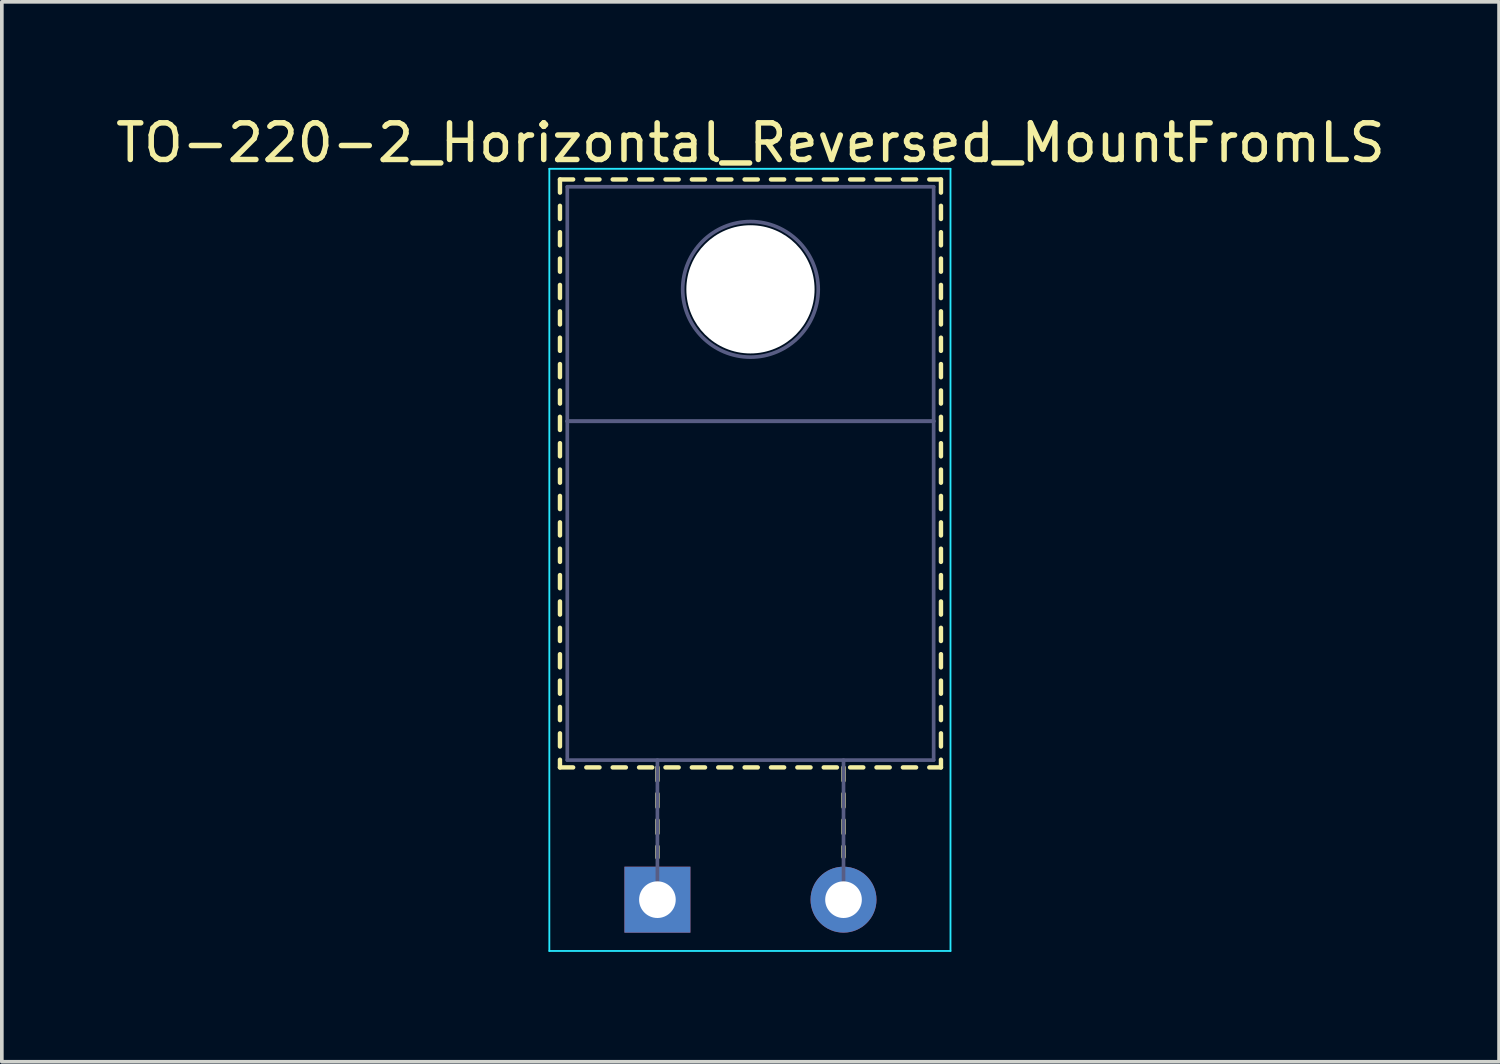
<source format=kicad_pcb>
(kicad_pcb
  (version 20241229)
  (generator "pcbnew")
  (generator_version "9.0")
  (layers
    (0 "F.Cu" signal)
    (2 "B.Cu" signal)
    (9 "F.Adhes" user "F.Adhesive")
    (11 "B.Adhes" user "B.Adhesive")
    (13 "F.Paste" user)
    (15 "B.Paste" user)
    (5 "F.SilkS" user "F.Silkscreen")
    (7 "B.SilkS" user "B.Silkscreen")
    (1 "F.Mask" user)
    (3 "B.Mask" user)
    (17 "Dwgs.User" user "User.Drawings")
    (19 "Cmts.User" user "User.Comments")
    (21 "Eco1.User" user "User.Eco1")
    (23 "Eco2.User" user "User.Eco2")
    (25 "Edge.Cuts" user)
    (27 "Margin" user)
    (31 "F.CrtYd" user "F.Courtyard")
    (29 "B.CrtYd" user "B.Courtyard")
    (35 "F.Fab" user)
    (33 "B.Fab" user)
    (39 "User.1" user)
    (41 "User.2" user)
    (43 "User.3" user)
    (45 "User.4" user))
  (footprint "TO-220-2_Horizontal_Reversed_MountFromLS"
    (layer "F.Cu")
    (at 14.895 21.508)
    (property "Reference" "TO-220-2_Horizontal_Reversed_MountFromLS" (at 2.54 -20.66 0) (layer "F.SilkS") (effects (font (size 1 1) (thickness 0.15))))
    (attr through_hole)
    (fp_line (start -2.66 -19.66) (end -2.66 -19.3) (stroke (width 0.12) (type solid)) (layer "F.SilkS"))
    (fp_line (start -2.66 -19.66) (end -2.3 -19.66) (stroke (width 0.12) (type solid)) (layer "F.SilkS"))
    (fp_line (start -2.66 -18.94) (end -2.66 -18.58) (stroke (width 0.12) (type solid)) (layer "F.SilkS"))
    (fp_line (start -2.66 -18.221) (end -2.66 -17.861) (stroke (width 0.12) (type solid)) (layer "F.SilkS"))
    (fp_line (start -2.66 -17.501) (end -2.66 -17.141) (stroke (width 0.12) (type solid)) (layer "F.SilkS"))
    (fp_line (start -2.66 -16.781) (end -2.66 -16.421) (stroke (width 0.12) (type solid)) (layer "F.SilkS"))
    (fp_line (start -2.66 -16.061) (end -2.66 -15.701) (stroke (width 0.12) (type solid)) (layer "F.SilkS"))
    (fp_line (start -2.66 -15.341) (end -2.66 -14.981) (stroke (width 0.12) (type solid)) (layer "F.SilkS"))
    (fp_line (start -2.66 -14.621) (end -2.66 -14.261) (stroke (width 0.12) (type solid)) (layer "F.SilkS"))
    (fp_line (start -2.66 -13.901) (end -2.66 -13.541) (stroke (width 0.12) (type solid)) (layer "F.SilkS"))
    (fp_line (start -2.66 -13.181) (end -2.66 -12.821) (stroke (width 0.12) (type solid)) (layer "F.SilkS"))
    (fp_line (start -2.66 -12.461) (end -2.66 -12.101) (stroke (width 0.12) (type solid)) (layer "F.SilkS"))
    (fp_line (start -2.66 -11.741) (end -2.66 -11.381) (stroke (width 0.12) (type solid)) (layer "F.SilkS"))
    (fp_line (start -2.66 -11.021) (end -2.66 -10.661) (stroke (width 0.12) (type solid)) (layer "F.SilkS"))
    (fp_line (start -2.66 -10.301) (end -2.66 -9.941) (stroke (width 0.12) (type solid)) (layer "F.SilkS"))
    (fp_line (start -2.66 -9.581) (end -2.66 -9.221) (stroke (width 0.12) (type solid)) (layer "F.SilkS"))
    (fp_line (start -2.66 -8.861) (end -2.66 -8.501) (stroke (width 0.12) (type solid)) (layer "F.SilkS"))
    (fp_line (start -2.66 -8.141) (end -2.66 -7.781) (stroke (width 0.12) (type solid)) (layer "F.SilkS"))
    (fp_line (start -2.66 -7.421) (end -2.66 -7.061) (stroke (width 0.12) (type solid)) (layer "F.SilkS"))
    (fp_line (start -2.66 -6.701) (end -2.66 -6.341) (stroke (width 0.12) (type solid)) (layer "F.SilkS"))
    (fp_line (start -2.66 -5.981) (end -2.66 -5.621) (stroke (width 0.12) (type solid)) (layer "F.SilkS"))
    (fp_line (start -2.66 -5.261) (end -2.66 -4.901) (stroke (width 0.12) (type solid)) (layer "F.SilkS"))
    (fp_line (start -2.66 -4.541) (end -2.66 -4.181) (stroke (width 0.12) (type solid)) (layer "F.SilkS"))
    (fp_line (start -2.66 -3.821) (end -2.66 -3.61) (stroke (width 0.12) (type solid)) (layer "F.SilkS"))
    (fp_line (start -2.66 -3.61) (end -2.3 -3.61) (stroke (width 0.12) (type solid)) (layer "F.SilkS"))
    (fp_line (start -1.941 -19.66) (end -1.581 -19.66) (stroke (width 0.12) (type solid)) (layer "F.SilkS"))
    (fp_line (start -1.941 -3.61) (end -1.581 -3.61) (stroke (width 0.12) (type solid)) (layer "F.SilkS"))
    (fp_line (start -1.221 -19.66) (end -0.861 -19.66) (stroke (width 0.12) (type solid)) (layer "F.SilkS"))
    (fp_line (start -1.221 -3.61) (end -0.861 -3.61) (stroke (width 0.12) (type solid)) (layer "F.SilkS"))
    (fp_line (start -0.501 -19.66) (end -0.141 -19.66) (stroke (width 0.12) (type solid)) (layer "F.SilkS"))
    (fp_line (start -0.501 -3.61) (end -0.141 -3.61) (stroke (width 0.12) (type solid)) (layer "F.SilkS"))
    (fp_line (start 0 -3.61) (end 0 -3.25) (stroke (width 0.12) (type solid)) (layer "F.SilkS"))
    (fp_line (start 0 -2.89) (end 0 -2.53) (stroke (width 0.12) (type solid)) (layer "F.SilkS"))
    (fp_line (start 0 -2.171) (end 0 -1.811) (stroke (width 0.12) (type solid)) (layer "F.SilkS"))
    (fp_line (start 0 -1.451) (end 0 -1.15) (stroke (width 0.12) (type solid)) (layer "F.SilkS"))
    (fp_line (start 0.22 -19.66) (end 0.58 -19.66) (stroke (width 0.12) (type solid)) (layer "F.SilkS"))
    (fp_line (start 0.22 -3.61) (end 0.58 -3.61) (stroke (width 0.12) (type solid)) (layer "F.SilkS"))
    (fp_line (start 0.94 -19.66) (end 1.3 -19.66) (stroke (width 0.12) (type solid)) (layer "F.SilkS"))
    (fp_line (start 0.94 -3.61) (end 1.3 -3.61) (stroke (width 0.12) (type solid)) (layer "F.SilkS"))
    (fp_line (start 1.66 -19.66) (end 2.02 -19.66) (stroke (width 0.12) (type solid)) (layer "F.SilkS"))
    (fp_line (start 1.66 -3.61) (end 2.02 -3.61) (stroke (width 0.12) (type solid)) (layer "F.SilkS"))
    (fp_line (start 2.38 -19.66) (end 2.74 -19.66) (stroke (width 0.12) (type solid)) (layer "F.SilkS"))
    (fp_line (start 2.38 -3.61) (end 2.74 -3.61) (stroke (width 0.12) (type solid)) (layer "F.SilkS"))
    (fp_line (start 3.1 -19.66) (end 3.46 -19.66) (stroke (width 0.12) (type solid)) (layer "F.SilkS"))
    (fp_line (start 3.1 -3.61) (end 3.46 -3.61) (stroke (width 0.12) (type solid)) (layer "F.SilkS"))
    (fp_line (start 3.82 -19.66) (end 4.18 -19.66) (stroke (width 0.12) (type solid)) (layer "F.SilkS"))
    (fp_line (start 3.82 -3.61) (end 4.18 -3.61) (stroke (width 0.12) (type solid)) (layer "F.SilkS"))
    (fp_line (start 4.54 -19.66) (end 4.9 -19.66) (stroke (width 0.12) (type solid)) (layer "F.SilkS"))
    (fp_line (start 4.54 -3.61) (end 4.9 -3.61) (stroke (width 0.12) (type solid)) (layer "F.SilkS"))
    (fp_line (start 5.08 -3.61) (end 5.08 -3.25) (stroke (width 0.12) (type solid)) (layer "F.SilkS"))
    (fp_line (start 5.08 -2.89) (end 5.08 -2.53) (stroke (width 0.12) (type solid)) (layer "F.SilkS"))
    (fp_line (start 5.08 -2.171) (end 5.08 -1.811) (stroke (width 0.12) (type solid)) (layer "F.SilkS"))
    (fp_line (start 5.08 -1.451) (end 5.08 -1.165) (stroke (width 0.12) (type solid)) (layer "F.SilkS"))
    (fp_line (start 5.26 -19.66) (end 5.62 -19.66) (stroke (width 0.12) (type solid)) (layer "F.SilkS"))
    (fp_line (start 5.26 -3.61) (end 5.62 -3.61) (stroke (width 0.12) (type solid)) (layer "F.SilkS"))
    (fp_line (start 5.98 -19.66) (end 6.341 -19.66) (stroke (width 0.12) (type solid)) (layer "F.SilkS"))
    (fp_line (start 5.98 -3.61) (end 6.341 -3.61) (stroke (width 0.12) (type solid)) (layer "F.SilkS"))
    (fp_line (start 6.701 -19.66) (end 7.061 -19.66) (stroke (width 0.12) (type solid)) (layer "F.SilkS"))
    (fp_line (start 6.701 -3.61) (end 7.061 -3.61) (stroke (width 0.12) (type solid)) (layer "F.SilkS"))
    (fp_line (start 7.421 -19.66) (end 7.74 -19.66) (stroke (width 0.12) (type solid)) (layer "F.SilkS"))
    (fp_line (start 7.421 -3.61) (end 7.74 -3.61) (stroke (width 0.12) (type solid)) (layer "F.SilkS"))
    (fp_line (start 7.74 -19.66) (end 7.74 -19.3) (stroke (width 0.12) (type solid)) (layer "F.SilkS"))
    (fp_line (start 7.74 -18.94) (end 7.74 -18.58) (stroke (width 0.12) (type solid)) (layer "F.SilkS"))
    (fp_line (start 7.74 -18.221) (end 7.74 -17.861) (stroke (width 0.12) (type solid)) (layer "F.SilkS"))
    (fp_line (start 7.74 -17.501) (end 7.74 -17.141) (stroke (width 0.12) (type solid)) (layer "F.SilkS"))
    (fp_line (start 7.74 -16.781) (end 7.74 -16.421) (stroke (width 0.12) (type solid)) (layer "F.SilkS"))
    (fp_line (start 7.74 -16.061) (end 7.74 -15.701) (stroke (width 0.12) (type solid)) (layer "F.SilkS"))
    (fp_line (start 7.74 -15.341) (end 7.74 -14.981) (stroke (width 0.12) (type solid)) (layer "F.SilkS"))
    (fp_line (start 7.74 -14.621) (end 7.74 -14.261) (stroke (width 0.12) (type solid)) (layer "F.SilkS"))
    (fp_line (start 7.74 -13.901) (end 7.74 -13.541) (stroke (width 0.12) (type solid)) (layer "F.SilkS"))
    (fp_line (start 7.74 -13.181) (end 7.74 -12.821) (stroke (width 0.12) (type solid)) (layer "F.SilkS"))
    (fp_line (start 7.74 -12.461) (end 7.74 -12.101) (stroke (width 0.12) (type solid)) (layer "F.SilkS"))
    (fp_line (start 7.74 -11.741) (end 7.74 -11.381) (stroke (width 0.12) (type solid)) (layer "F.SilkS"))
    (fp_line (start 7.74 -11.021) (end 7.74 -10.661) (stroke (width 0.12) (type solid)) (layer "F.SilkS"))
    (fp_line (start 7.74 -10.301) (end 7.74 -9.941) (stroke (width 0.12) (type solid)) (layer "F.SilkS"))
    (fp_line (start 7.74 -9.581) (end 7.74 -9.221) (stroke (width 0.12) (type solid)) (layer "F.SilkS"))
    (fp_line (start 7.74 -8.861) (end 7.74 -8.501) (stroke (width 0.12) (type solid)) (layer "F.SilkS"))
    (fp_line (start 7.74 -8.141) (end 7.74 -7.781) (stroke (width 0.12) (type solid)) (layer "F.SilkS"))
    (fp_line (start 7.74 -7.421) (end 7.74 -7.061) (stroke (width 0.12) (type solid)) (layer "F.SilkS"))
    (fp_line (start 7.74 -6.701) (end 7.74 -6.341) (stroke (width 0.12) (type solid)) (layer "F.SilkS"))
    (fp_line (start 7.74 -5.981) (end 7.74 -5.621) (stroke (width 0.12) (type solid)) (layer "F.SilkS"))
    (fp_line (start 7.74 -5.261) (end 7.74 -4.901) (stroke (width 0.12) (type solid)) (layer "F.SilkS"))
    (fp_line (start 7.74 -4.541) (end 7.74 -4.181) (stroke (width 0.12) (type solid)) (layer "F.SilkS"))
    (fp_line (start 7.74 -3.821) (end 7.74 -3.61) (stroke (width 0.12) (type solid)) (layer "F.SilkS"))
    (fp_line (start -2.95 -19.95) (end -2.95 1.4) (stroke (width 0.05) (type solid)) (layer "B.CrtYd"))
    (fp_line (start -2.95 1.4) (end 8 1.4) (stroke (width 0.05) (type solid)) (layer "B.CrtYd"))
    (fp_line (start 8 -19.95) (end -2.95 -19.95) (stroke (width 0.05) (type solid)) (layer "B.CrtYd"))
    (fp_line (start 8 1.4) (end 8 -19.95) (stroke (width 0.05) (type solid)) (layer "B.CrtYd"))
    (fp_line (start -2.46 -19.46) (end 7.54 -19.46) (stroke (width 0.1) (type solid)) (layer "B.Fab"))
    (fp_line (start -2.46 -13.06) (end -2.46 -19.46) (stroke (width 0.1) (type solid)) (layer "B.Fab"))
    (fp_line (start -2.46 -13.06) (end 7.54 -13.06) (stroke (width 0.1) (type solid)) (layer "B.Fab"))
    (fp_line (start -2.46 -3.81) (end -2.46 -13.06) (stroke (width 0.1) (type solid)) (layer "B.Fab"))
    (fp_line (start 0 -3.81) (end 0 0) (stroke (width 0.1) (type solid)) (layer "B.Fab"))
    (fp_line (start 5.08 -3.81) (end 5.08 0) (stroke (width 0.1) (type solid)) (layer "B.Fab"))
    (fp_line (start 7.54 -19.46) (end 7.54 -13.06) (stroke (width 0.1) (type solid)) (layer "B.Fab"))
    (fp_line (start 7.54 -13.06) (end -2.46 -13.06) (stroke (width 0.1) (type solid)) (layer "B.Fab"))
    (fp_line (start 7.54 -13.06) (end 7.54 -3.81) (stroke (width 0.1) (type solid)) (layer "B.Fab"))
    (fp_line (start 7.54 -3.81) (end -2.46 -3.81) (stroke (width 0.1) (type solid)) (layer "B.Fab"))
    (fp_circle (center 2.54 -16.66) (end 4.39 -16.66) (stroke (width 0.1) (type solid)) (fill no) (layer "B.Fab"))
    (pad "" np_thru_hole oval (at 2.54 -16.66) (size 3.5 3.5) (drill 3.5) (layers "*.Cu" "*.Mask"))
    (pad "1" thru_hole rect (at 0 0) (size 1.8 1.8) (drill 1) (layers "*.Cu" "*.Mask"))
    (pad "2" thru_hole oval (at 5.08 0) (size 1.8 1.8) (drill 1) (layers "*.Cu" "*.Mask")))
  (gr_rect
    (start -3 -3)
    (end 37.869 25.933)
    (stroke (width 0.1) (type default))
    (fill no)
    (layer "Edge.Cuts")))
</source>
